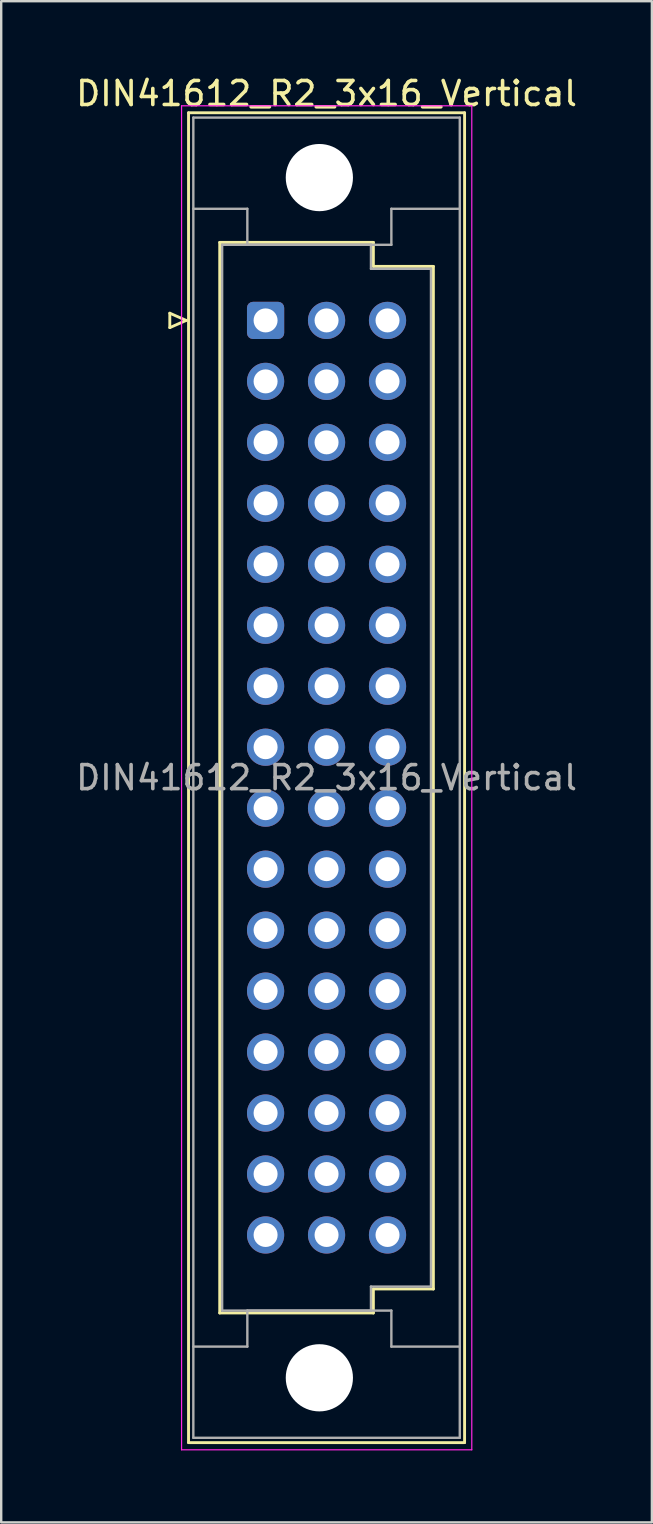
<source format=kicad_pcb>
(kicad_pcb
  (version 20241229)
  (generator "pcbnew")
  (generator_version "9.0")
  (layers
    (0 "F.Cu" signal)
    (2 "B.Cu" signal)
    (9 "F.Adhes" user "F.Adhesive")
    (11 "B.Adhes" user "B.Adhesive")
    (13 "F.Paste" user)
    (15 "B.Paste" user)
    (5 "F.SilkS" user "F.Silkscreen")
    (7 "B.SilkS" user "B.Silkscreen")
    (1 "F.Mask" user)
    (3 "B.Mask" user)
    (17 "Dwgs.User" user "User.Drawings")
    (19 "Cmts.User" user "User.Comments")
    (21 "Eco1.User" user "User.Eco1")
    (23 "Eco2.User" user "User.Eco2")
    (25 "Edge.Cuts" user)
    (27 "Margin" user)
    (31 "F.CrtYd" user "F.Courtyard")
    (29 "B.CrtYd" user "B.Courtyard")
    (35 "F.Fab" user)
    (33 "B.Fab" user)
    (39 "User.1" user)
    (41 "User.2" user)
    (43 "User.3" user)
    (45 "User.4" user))
  (footprint "DIN41612_R2_3x16_Vertical"
    (layer "F.Cu")
    (at 8.014 10.298)
    (property "Reference" "DIN41612_R2_3x16_Vertical" (at 2.54 -9.45 0) (layer "F.SilkS") (effects (font (size 1 1) (thickness 0.15))))
    (attr through_hole)
    (fp_line (start -3.99 -0.3) (end -3.99 0.3) (stroke (width 0.12) (type solid)) (layer "F.SilkS"))
    (fp_line (start -3.99 0.3) (end -3.31 0) (stroke (width 0.12) (type solid)) (layer "F.SilkS"))
    (fp_line (start -3.31 0) (end -3.99 -0.3) (stroke (width 0.12) (type solid)) (layer "F.SilkS"))
    (fp_line (start -3.21 -8.65) (end 8.29 -8.65) (stroke (width 0.12) (type solid)) (layer "F.SilkS"))
    (fp_line (start -3.21 46.75) (end -3.21 -8.65) (stroke (width 0.12) (type solid)) (layer "F.SilkS"))
    (fp_line (start -1.91 -3.25) (end 4.49 -3.25) (stroke (width 0.12) (type solid)) (layer "F.SilkS"))
    (fp_line (start -1.91 41.35) (end -1.91 -3.25) (stroke (width 0.12) (type solid)) (layer "F.SilkS"))
    (fp_line (start 4.49 -3.25) (end 4.49 -2.25) (stroke (width 0.12) (type solid)) (layer "F.SilkS"))
    (fp_line (start 4.49 -2.25) (end 6.99 -2.25) (stroke (width 0.12) (type solid)) (layer "F.SilkS"))
    (fp_line (start 4.49 40.35) (end 4.49 41.35) (stroke (width 0.12) (type solid)) (layer "F.SilkS"))
    (fp_line (start 4.49 41.35) (end -1.91 41.35) (stroke (width 0.12) (type solid)) (layer "F.SilkS"))
    (fp_line (start 6.99 -2.25) (end 6.99 40.35) (stroke (width 0.12) (type solid)) (layer "F.SilkS"))
    (fp_line (start 6.99 40.35) (end 4.49 40.35) (stroke (width 0.12) (type solid)) (layer "F.SilkS"))
    (fp_line (start 8.29 -8.65) (end 8.29 46.75) (stroke (width 0.12) (type solid)) (layer "F.SilkS"))
    (fp_line (start 8.29 46.75) (end -3.21 46.75) (stroke (width 0.12) (type solid)) (layer "F.SilkS"))
    (fp_line (start -3.5 -8.94) (end 8.59 -8.94) (stroke (width 0.05) (type solid)) (layer "F.CrtYd"))
    (fp_line (start -3.5 47.05) (end -3.5 -8.94) (stroke (width 0.05) (type solid)) (layer "F.CrtYd"))
    (fp_line (start 8.59 -8.94) (end 8.59 47.05) (stroke (width 0.05) (type solid)) (layer "F.CrtYd"))
    (fp_line (start 8.59 47.05) (end -3.5 47.05) (stroke (width 0.05) (type solid)) (layer "F.CrtYd"))
    (fp_line (start -3.01 -8.45) (end 8.09 -8.45) (stroke (width 0.1) (type solid)) (layer "F.Fab"))
    (fp_line (start -3.01 -4.65) (end -0.76 -4.65) (stroke (width 0.1) (type solid)) (layer "F.Fab"))
    (fp_line (start -3.01 42.75) (end -0.76 42.75) (stroke (width 0.1) (type solid)) (layer "F.Fab"))
    (fp_line (start -3.01 46.55) (end -3.01 -8.45) (stroke (width 0.1) (type solid)) (layer "F.Fab"))
    (fp_line (start -1.81 -3.15) (end 4.39 -3.15) (stroke (width 0.1) (type solid)) (layer "F.Fab"))
    (fp_line (start -1.81 41.25) (end -1.81 -3.15) (stroke (width 0.1) (type solid)) (layer "F.Fab"))
    (fp_line (start -0.76 -4.65) (end -0.76 -3.15) (stroke (width 0.1) (type solid)) (layer "F.Fab"))
    (fp_line (start -0.76 -3.15) (end 5.24 -3.15) (stroke (width 0.1) (type solid)) (layer "F.Fab"))
    (fp_line (start -0.76 41.25) (end 5.24 41.25) (stroke (width 0.1) (type solid)) (layer "F.Fab"))
    (fp_line (start -0.76 42.75) (end -0.76 41.25) (stroke (width 0.1) (type solid)) (layer "F.Fab"))
    (fp_line (start 4.39 -3.15) (end 4.39 -2.15) (stroke (width 0.1) (type solid)) (layer "F.Fab"))
    (fp_line (start 4.39 -2.15) (end 6.89 -2.15) (stroke (width 0.1) (type solid)) (layer "F.Fab"))
    (fp_line (start 4.39 40.25) (end 4.39 41.25) (stroke (width 0.1) (type solid)) (layer "F.Fab"))
    (fp_line (start 4.39 41.25) (end -1.81 41.25) (stroke (width 0.1) (type solid)) (layer "F.Fab"))
    (fp_line (start 5.24 -4.65) (end 8.09 -4.65) (stroke (width 0.1) (type solid)) (layer "F.Fab"))
    (fp_line (start 5.24 -3.15) (end 5.24 -4.65) (stroke (width 0.1) (type solid)) (layer "F.Fab"))
    (fp_line (start 5.24 41.25) (end 5.24 42.75) (stroke (width 0.1) (type solid)) (layer "F.Fab"))
    (fp_line (start 5.24 42.75) (end 8.09 42.75) (stroke (width 0.1) (type solid)) (layer "F.Fab"))
    (fp_line (start 6.89 -2.15) (end 6.89 40.25) (stroke (width 0.1) (type solid)) (layer "F.Fab"))
    (fp_line (start 6.89 40.25) (end 4.39 40.25) (stroke (width 0.1) (type solid)) (layer "F.Fab"))
    (fp_line (start 8.09 -8.45) (end 8.09 46.55) (stroke (width 0.1) (type solid)) (layer "F.Fab"))
    (fp_line (start 8.09 46.55) (end -3.01 46.55) (stroke (width 0.1) (type solid)) (layer "F.Fab"))
    (fp_text user "${REFERENCE}" (at 2.54 19.05 0) (layer "F.Fab") (effects (font (size 1 1) (thickness 0.15))))
    (pad "" np_thru_hole circle (at 2.24 -5.95) (size 2.8 2.8) (drill 2.8) (layers "*.Cu" "*.Mask"))
    (pad "" np_thru_hole circle (at 2.24 44.05) (size 2.8 2.8) (drill 2.8) (layers "*.Cu" "*.Mask"))
    (pad "a1" thru_hole roundrect (at 0 0) (size 1.55 1.55) (drill 1) (layers "*.Cu" "*.Mask") (roundrect_rratio 0.161))
    (pad "a2" thru_hole circle (at 0 2.54) (size 1.55 1.55) (drill 1) (layers "*.Cu" "*.Mask"))
    (pad "a3" thru_hole circle (at 0 5.08) (size 1.55 1.55) (drill 1) (layers "*.Cu" "*.Mask"))
    (pad "a4" thru_hole circle (at 0 7.62) (size 1.55 1.55) (drill 1) (layers "*.Cu" "*.Mask"))
    (pad "a5" thru_hole circle (at 0 10.16) (size 1.55 1.55) (drill 1) (layers "*.Cu" "*.Mask"))
    (pad "a6" thru_hole circle (at 0 12.7) (size 1.55 1.55) (drill 1) (layers "*.Cu" "*.Mask"))
    (pad "a7" thru_hole circle (at 0 15.24) (size 1.55 1.55) (drill 1) (layers "*.Cu" "*.Mask"))
    (pad "a8" thru_hole circle (at 0 17.78) (size 1.55 1.55) (drill 1) (layers "*.Cu" "*.Mask"))
    (pad "a9" thru_hole circle (at 0 20.32) (size 1.55 1.55) (drill 1) (layers "*.Cu" "*.Mask"))
    (pad "a10" thru_hole circle (at 0 22.86) (size 1.55 1.55) (drill 1) (layers "*.Cu" "*.Mask"))
    (pad "a11" thru_hole circle (at 0 25.4) (size 1.55 1.55) (drill 1) (layers "*.Cu" "*.Mask"))
    (pad "a12" thru_hole circle (at 0 27.94) (size 1.55 1.55) (drill 1) (layers "*.Cu" "*.Mask"))
    (pad "a13" thru_hole circle (at 0 30.48) (size 1.55 1.55) (drill 1) (layers "*.Cu" "*.Mask"))
    (pad "a14" thru_hole circle (at 0 33.02) (size 1.55 1.55) (drill 1) (layers "*.Cu" "*.Mask"))
    (pad "a15" thru_hole circle (at 0 35.56) (size 1.55 1.55) (drill 1) (layers "*.Cu" "*.Mask"))
    (pad "a16" thru_hole circle (at 0 38.1) (size 1.55 1.55) (drill 1) (layers "*.Cu" "*.Mask"))
    (pad "b1" thru_hole circle (at 2.54 0) (size 1.55 1.55) (drill 1) (layers "*.Cu" "*.Mask"))
    (pad "b2" thru_hole circle (at 2.54 2.54) (size 1.55 1.55) (drill 1) (layers "*.Cu" "*.Mask"))
    (pad "b3" thru_hole circle (at 2.54 5.08) (size 1.55 1.55) (drill 1) (layers "*.Cu" "*.Mask"))
    (pad "b4" thru_hole circle (at 2.54 7.62) (size 1.55 1.55) (drill 1) (layers "*.Cu" "*.Mask"))
    (pad "b5" thru_hole circle (at 2.54 10.16) (size 1.55 1.55) (drill 1) (layers "*.Cu" "*.Mask"))
    (pad "b6" thru_hole circle (at 2.54 12.7) (size 1.55 1.55) (drill 1) (layers "*.Cu" "*.Mask"))
    (pad "b7" thru_hole circle (at 2.54 15.24) (size 1.55 1.55) (drill 1) (layers "*.Cu" "*.Mask"))
    (pad "b8" thru_hole circle (at 2.54 17.78) (size 1.55 1.55) (drill 1) (layers "*.Cu" "*.Mask"))
    (pad "b9" thru_hole circle (at 2.54 20.32) (size 1.55 1.55) (drill 1) (layers "*.Cu" "*.Mask"))
    (pad "b10" thru_hole circle (at 2.54 22.86) (size 1.55 1.55) (drill 1) (layers "*.Cu" "*.Mask"))
    (pad "b11" thru_hole circle (at 2.54 25.4) (size 1.55 1.55) (drill 1) (layers "*.Cu" "*.Mask"))
    (pad "b12" thru_hole circle (at 2.54 27.94) (size 1.55 1.55) (drill 1) (layers "*.Cu" "*.Mask"))
    (pad "b13" thru_hole circle (at 2.54 30.48) (size 1.55 1.55) (drill 1) (layers "*.Cu" "*.Mask"))
    (pad "b14" thru_hole circle (at 2.54 33.02) (size 1.55 1.55) (drill 1) (layers "*.Cu" "*.Mask"))
    (pad "b15" thru_hole circle (at 2.54 35.56) (size 1.55 1.55) (drill 1) (layers "*.Cu" "*.Mask"))
    (pad "b16" thru_hole circle (at 2.54 38.1) (size 1.55 1.55) (drill 1) (layers "*.Cu" "*.Mask"))
    (pad "c1" thru_hole circle (at 5.08 0) (size 1.55 1.55) (drill 1) (layers "*.Cu" "*.Mask"))
    (pad "c2" thru_hole circle (at 5.08 2.54) (size 1.55 1.55) (drill 1) (layers "*.Cu" "*.Mask"))
    (pad "c3" thru_hole circle (at 5.08 5.08) (size 1.55 1.55) (drill 1) (layers "*.Cu" "*.Mask"))
    (pad "c4" thru_hole circle (at 5.08 7.62) (size 1.55 1.55) (drill 1) (layers "*.Cu" "*.Mask"))
    (pad "c5" thru_hole circle (at 5.08 10.16) (size 1.55 1.55) (drill 1) (layers "*.Cu" "*.Mask"))
    (pad "c6" thru_hole circle (at 5.08 12.7) (size 1.55 1.55) (drill 1) (layers "*.Cu" "*.Mask"))
    (pad "c7" thru_hole circle (at 5.08 15.24) (size 1.55 1.55) (drill 1) (layers "*.Cu" "*.Mask"))
    (pad "c8" thru_hole circle (at 5.08 17.78) (size 1.55 1.55) (drill 1) (layers "*.Cu" "*.Mask"))
    (pad "c9" thru_hole circle (at 5.08 20.32) (size 1.55 1.55) (drill 1) (layers "*.Cu" "*.Mask"))
    (pad "c10" thru_hole circle (at 5.08 22.86) (size 1.55 1.55) (drill 1) (layers "*.Cu" "*.Mask"))
    (pad "c11" thru_hole circle (at 5.08 25.4) (size 1.55 1.55) (drill 1) (layers "*.Cu" "*.Mask"))
    (pad "c12" thru_hole circle (at 5.08 27.94) (size 1.55 1.55) (drill 1) (layers "*.Cu" "*.Mask"))
    (pad "c13" thru_hole circle (at 5.08 30.48) (size 1.55 1.55) (drill 1) (layers "*.Cu" "*.Mask"))
    (pad "c14" thru_hole circle (at 5.08 33.02) (size 1.55 1.55) (drill 1) (layers "*.Cu" "*.Mask"))
    (pad "c15" thru_hole circle (at 5.08 35.56) (size 1.55 1.55) (drill 1) (layers "*.Cu" "*.Mask"))
    (pad "c16" thru_hole circle (at 5.08 38.1) (size 1.55 1.55) (drill 1) (layers "*.Cu" "*.Mask")))
  (gr_rect
    (start -3 -3)
    (end 24.107 60.373)
    (stroke (width 0.1) (type default))
    (fill no)
    (layer "Edge.Cuts")))
</source>
